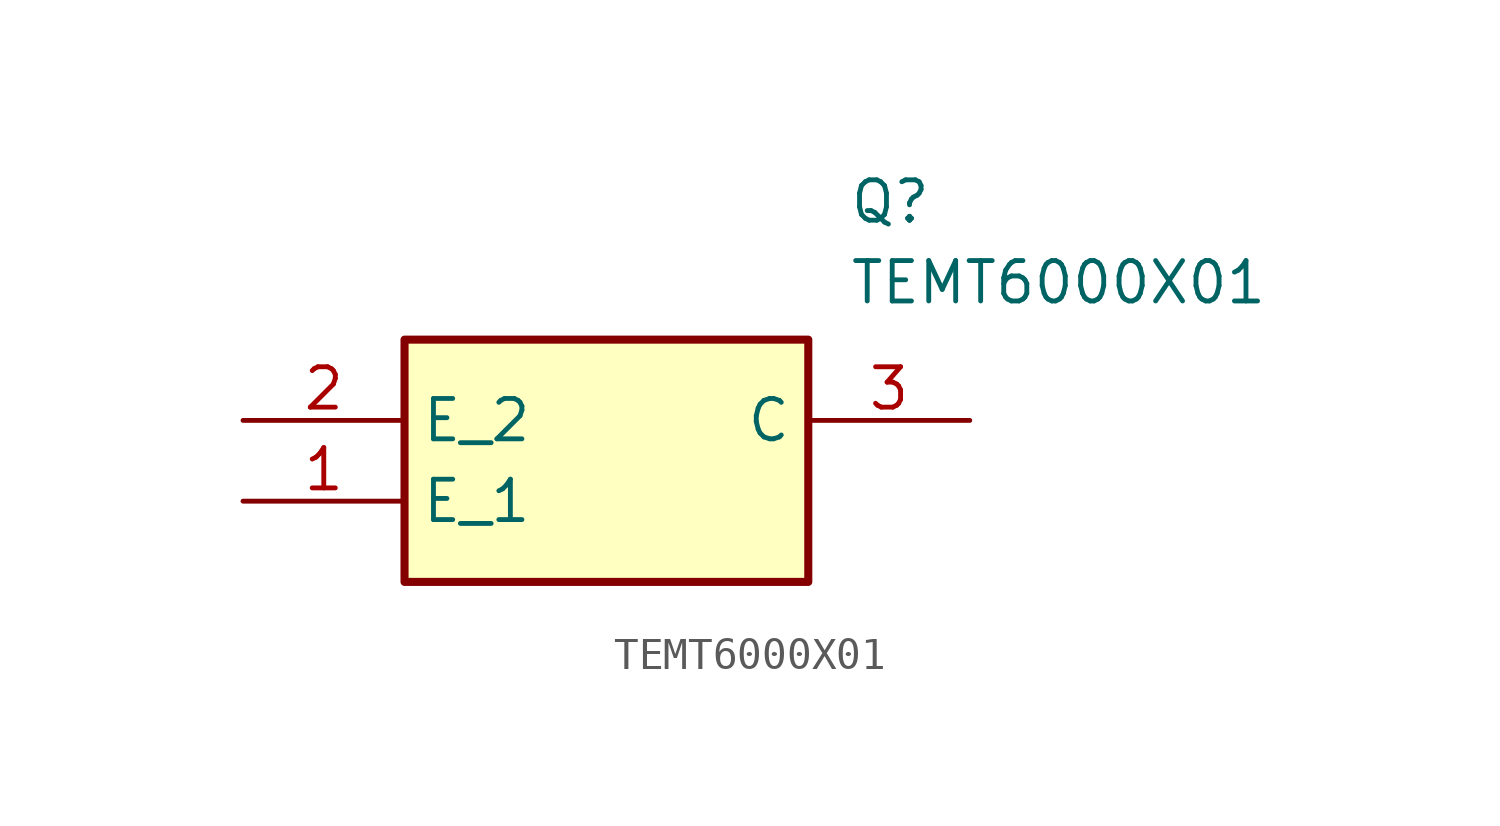
<source format=kicad_sym>
(kicad_symbol_lib
  (version 20211014)
  (generator SamacSys_ECAD_Model)
  (symbol "TEMT6000X01"
    (property "Reference" "Q"
      (at 19.05 7.62 0)
      (effects (font (size 1.27 1.27)) (justify left top)))
    (property "Value" "TEMT6000X01"
      (at 19.05 5.08 0)
      (effects (font (size 1.27 1.27)) (justify left top)))
    (rectangle
      (start 5.08 2.54)
      (end 17.78 -5.08)
      (stroke (width 0.254) (type default))
      (fill (type background)))
    (pin passive line
      (at 0 -2.54 0)
      (length 5.08)
      (name "E_1" (effects (font (size 1.27 1.27))))
      (number "1" (effects (font (size 1.27 1.27)))))
    (pin passive line
      (at 0 0 0)
      (length 5.08)
      (name "E_2" (effects (font (size 1.27 1.27))))
      (number "2" (effects (font (size 1.27 1.27)))))
    (pin passive line
      (at 22.86 0 180)
      (length 5.08)
      (name "C" (effects (font (size 1.27 1.27))))
      (number "3" (effects (font (size 1.27 1.27)))))))
</source>
